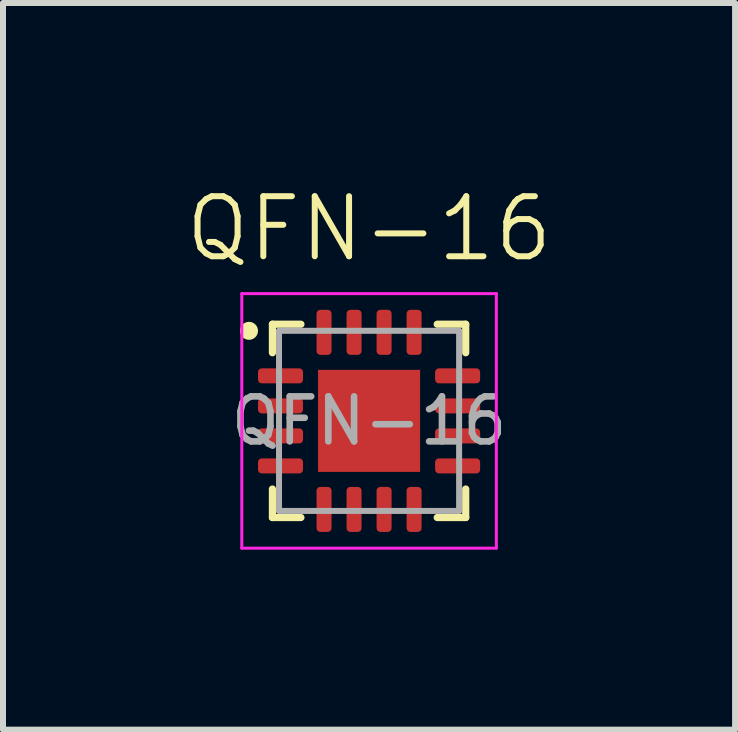
<source format=kicad_pcb>
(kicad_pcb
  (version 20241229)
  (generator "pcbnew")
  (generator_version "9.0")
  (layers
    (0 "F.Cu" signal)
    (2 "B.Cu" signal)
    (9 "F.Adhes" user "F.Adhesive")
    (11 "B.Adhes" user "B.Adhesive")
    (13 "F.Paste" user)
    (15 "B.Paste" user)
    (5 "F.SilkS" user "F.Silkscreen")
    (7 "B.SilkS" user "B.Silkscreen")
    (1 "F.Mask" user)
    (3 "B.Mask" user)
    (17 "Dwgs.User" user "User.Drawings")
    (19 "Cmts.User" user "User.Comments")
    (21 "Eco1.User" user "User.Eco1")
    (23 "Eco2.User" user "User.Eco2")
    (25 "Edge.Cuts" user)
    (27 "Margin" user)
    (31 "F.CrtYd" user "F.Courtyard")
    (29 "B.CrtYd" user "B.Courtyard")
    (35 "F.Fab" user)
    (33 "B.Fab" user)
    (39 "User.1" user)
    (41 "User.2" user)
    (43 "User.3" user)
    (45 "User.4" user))
  (footprint "QFN-16"
    (layer "F.Cu")
    (at 3.098 3.961)
    (property "Reference" "QFN-16" (at 0 -3.2 0) (unlocked yes) (layer "F.SilkS") (effects (font (size 1 1) (thickness 0.1))))
    (attr smd)
    (fp_line (start -1.61 -1.61) (end -1.61 -1.135) (stroke (width 0.12) (type solid)) (layer "F.SilkS"))
    (fp_line (start -1.61 1.61) (end -1.61 1.135) (stroke (width 0.12) (type solid)) (layer "F.SilkS"))
    (fp_line (start -1.135 -1.61) (end -1.61 -1.61) (stroke (width 0.12) (type solid)) (layer "F.SilkS"))
    (fp_line (start -1.135 1.61) (end -1.61 1.61) (stroke (width 0.12) (type solid)) (layer "F.SilkS"))
    (fp_line (start 1.135 -1.61) (end 1.61 -1.61) (stroke (width 0.12) (type solid)) (layer "F.SilkS"))
    (fp_line (start 1.135 1.61) (end 1.61 1.61) (stroke (width 0.12) (type solid)) (layer "F.SilkS"))
    (fp_line (start 1.61 -1.61) (end 1.61 -1.135) (stroke (width 0.12) (type solid)) (layer "F.SilkS"))
    (fp_line (start 1.61 1.61) (end 1.61 1.135) (stroke (width 0.12) (type solid)) (layer "F.SilkS"))
    (fp_circle (center -2 -1.5) (end -1.9 -1.5) (stroke (width 0.1) (type solid)) (fill yes) (layer "F.SilkS"))
    (fp_line (start -2.12 -2.12) (end -2.12 2.12) (stroke (width 0.05) (type solid)) (layer "F.CrtYd"))
    (fp_line (start -2.12 2.12) (end 2.12 2.12) (stroke (width 0.05) (type solid)) (layer "F.CrtYd"))
    (fp_line (start 2.12 -2.12) (end -2.12 -2.12) (stroke (width 0.05) (type solid)) (layer "F.CrtYd"))
    (fp_line (start 2.12 2.12) (end 2.12 -2.12) (stroke (width 0.05) (type solid)) (layer "F.CrtYd"))
    (fp_line (start -1.5 -1.5) (end 1.5 -1.5) (stroke (width 0.1) (type solid)) (layer "F.Fab"))
    (fp_line (start -1.5 1.5) (end -1.5 -1.5) (stroke (width 0.1) (type solid)) (layer "F.Fab"))
    (fp_line (start 1.5 -1.5) (end 1.5 1.5) (stroke (width 0.1) (type solid)) (layer "F.Fab"))
    (fp_line (start 1.5 1.5) (end -1.5 1.5) (stroke (width 0.1) (type solid)) (layer "F.Fab"))
    (fp_text user "${REFERENCE}" (at 0 0 0) (layer "F.Fab") (effects (font (size 0.75 0.75) (thickness 0.11))))
    (pad "" smd roundrect (at -0.425 -0.425) (size 0.69 0.69) (layers "F.Paste") (roundrect_rratio 0.25))
    (pad "" smd roundrect (at -0.425 0.425) (size 0.69 0.69) (layers "F.Paste") (roundrect_rratio 0.25))
    (pad "" smd roundrect (at 0.425 -0.425) (size 0.69 0.69) (layers "F.Paste") (roundrect_rratio 0.25))
    (pad "" smd roundrect (at 0.425 0.425) (size 0.69 0.69) (layers "F.Paste") (roundrect_rratio 0.25))
    (pad "1" smd roundrect (at -1.475 -0.75) (size 0.75 0.25) (layers "F.Cu" "F.Mask" "F.Paste") (roundrect_rratio 0.25))
    (pad "2" smd roundrect (at -1.475 -0.25) (size 0.75 0.25) (layers "F.Cu" "F.Mask" "F.Paste") (roundrect_rratio 0.25))
    (pad "3" smd roundrect (at -1.475 0.25) (size 0.75 0.25) (layers "F.Cu" "F.Mask" "F.Paste") (roundrect_rratio 0.25))
    (pad "4" smd roundrect (at -1.475 0.75) (size 0.75 0.25) (layers "F.Cu" "F.Mask" "F.Paste") (roundrect_rratio 0.25))
    (pad "5" smd roundrect (at -0.75 1.475) (size 0.25 0.75) (layers "F.Cu" "F.Mask" "F.Paste") (roundrect_rratio 0.25))
    (pad "6" smd roundrect (at -0.25 1.475) (size 0.25 0.75) (layers "F.Cu" "F.Mask" "F.Paste") (roundrect_rratio 0.25))
    (pad "7" smd roundrect (at 0.25 1.475) (size 0.25 0.75) (layers "F.Cu" "F.Mask" "F.Paste") (roundrect_rratio 0.25))
    (pad "8" smd roundrect (at 0.75 1.475) (size 0.25 0.75) (layers "F.Cu" "F.Mask" "F.Paste") (roundrect_rratio 0.25))
    (pad "9" smd roundrect (at 1.475 0.75) (size 0.75 0.25) (layers "F.Cu" "F.Mask" "F.Paste") (roundrect_rratio 0.25))
    (pad "10" smd roundrect (at 1.475 0.25) (size 0.75 0.25) (layers "F.Cu" "F.Mask" "F.Paste") (roundrect_rratio 0.25))
    (pad "11" smd roundrect (at 1.475 -0.25) (size 0.75 0.25) (layers "F.Cu" "F.Mask" "F.Paste") (roundrect_rratio 0.25))
    (pad "12" smd roundrect (at 1.475 -0.75) (size 0.75 0.25) (layers "F.Cu" "F.Mask" "F.Paste") (roundrect_rratio 0.25))
    (pad "13" smd roundrect (at 0.75 -1.475) (size 0.25 0.75) (layers "F.Cu" "F.Mask" "F.Paste") (roundrect_rratio 0.25))
    (pad "14" smd roundrect (at 0.25 -1.475) (size 0.25 0.75) (layers "F.Cu" "F.Mask" "F.Paste") (roundrect_rratio 0.25))
    (pad "15" smd roundrect (at -0.25 -1.475) (size 0.25 0.75) (layers "F.Cu" "F.Mask" "F.Paste") (roundrect_rratio 0.25))
    (pad "16" smd roundrect (at -0.75 -1.475) (size 0.25 0.75) (layers "F.Cu" "F.Mask" "F.Paste") (roundrect_rratio 0.25))
    (pad "17" smd rect (at 0 0) (size 1.7 1.7) (layers "F.Cu" "F.Mask")))
  (gr_rect
    (start -3 -3)
    (end 9.195 9.105)
    (stroke (width 0.1) (type default))
    (fill no)
    (layer "Edge.Cuts")))
</source>
